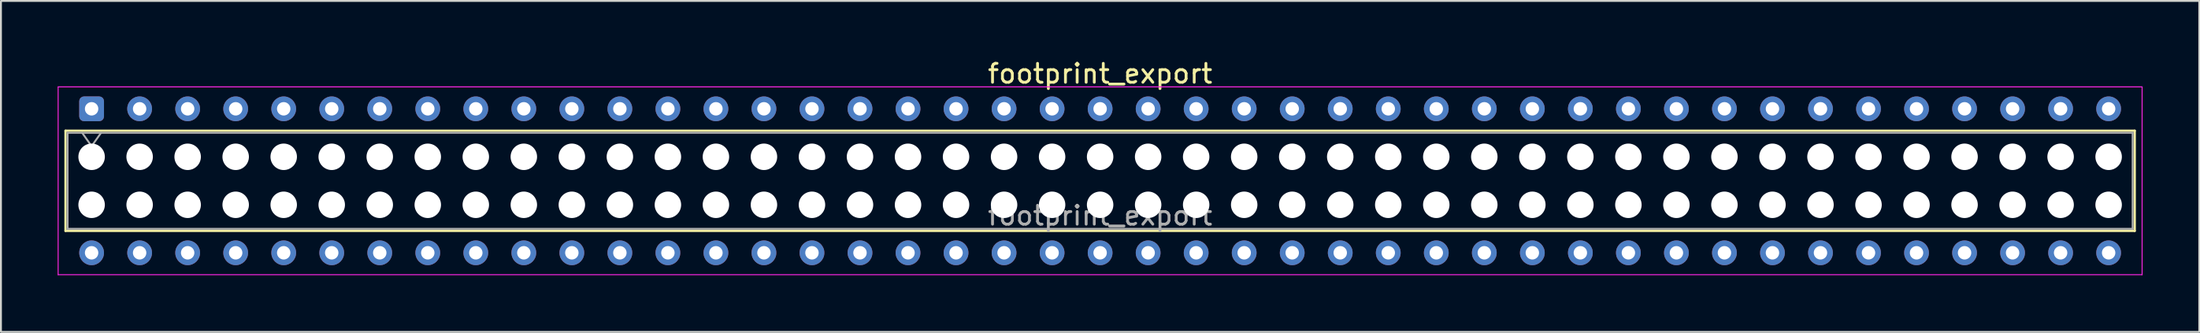
<source format=kicad_pcb>
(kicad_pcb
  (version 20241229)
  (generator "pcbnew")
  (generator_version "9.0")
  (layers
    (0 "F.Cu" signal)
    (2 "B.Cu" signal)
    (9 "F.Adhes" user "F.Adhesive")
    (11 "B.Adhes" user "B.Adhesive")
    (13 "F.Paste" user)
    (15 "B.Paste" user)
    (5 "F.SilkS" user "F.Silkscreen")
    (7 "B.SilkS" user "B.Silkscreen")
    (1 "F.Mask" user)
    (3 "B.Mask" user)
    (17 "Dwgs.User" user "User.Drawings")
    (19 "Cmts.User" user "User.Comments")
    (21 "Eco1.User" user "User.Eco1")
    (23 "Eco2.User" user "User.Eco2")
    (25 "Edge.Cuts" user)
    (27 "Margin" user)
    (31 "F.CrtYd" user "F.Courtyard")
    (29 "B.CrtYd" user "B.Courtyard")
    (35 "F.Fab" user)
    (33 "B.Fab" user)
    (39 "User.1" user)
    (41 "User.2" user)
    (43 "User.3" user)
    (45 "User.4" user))
  (footprint "footprint_export"
    (layer "F.Cu")
    (at 1.795 2.708)
    (property "Reference" "footprint_export" (at 53.34 -1.86 0) (layer "F.SilkS") (effects (font (size 1 1) (thickness 0.15))))
    (attr through_hole)
    (fp_line (start -1.38 1.16) (end 108.06 1.16) (stroke (width 0.12) (type solid)) (layer "F.SilkS"))
    (fp_line (start -1.38 6.46) (end -1.38 1.16) (stroke (width 0.12) (type solid)) (layer "F.SilkS"))
    (fp_line (start 108.06 1.16) (end 108.06 6.46) (stroke (width 0.12) (type solid)) (layer "F.SilkS"))
    (fp_line (start 108.06 6.46) (end -1.38 6.46) (stroke (width 0.12) (type solid)) (layer "F.SilkS"))
    (fp_line (start -1.77 -1.16) (end 108.45 -1.16) (stroke (width 0.05) (type solid)) (layer "F.CrtYd"))
    (fp_line (start -1.77 8.78) (end -1.77 -1.16) (stroke (width 0.05) (type solid)) (layer "F.CrtYd"))
    (fp_line (start 108.45 -1.16) (end 108.45 8.78) (stroke (width 0.05) (type solid)) (layer "F.CrtYd"))
    (fp_line (start 108.45 8.78) (end -1.77 8.78) (stroke (width 0.05) (type solid)) (layer "F.CrtYd"))
    (fp_line (start -1.27 1.27) (end 107.95 1.27) (stroke (width 0.1) (type solid)) (layer "F.Fab"))
    (fp_line (start -1.27 6.35) (end -1.27 1.27) (stroke (width 0.1) (type solid)) (layer "F.Fab"))
    (fp_line (start -0.5 1.27) (end 0 1.977) (stroke (width 0.1) (type solid)) (layer "F.Fab"))
    (fp_line (start 0 1.977) (end 0.5 1.27) (stroke (width 0.1) (type solid)) (layer "F.Fab"))
    (fp_line (start 107.95 1.27) (end 107.95 6.35) (stroke (width 0.1) (type solid)) (layer "F.Fab"))
    (fp_line (start 107.95 6.35) (end -1.27 6.35) (stroke (width 0.1) (type solid)) (layer "F.Fab"))
    (fp_text user "${REFERENCE}" (at 53.34 5.65 0) (layer "F.Fab") (effects (font (size 1 1) (thickness 0.15))))
    (pad "" np_thru_hole circle (at 0 2.54) (size 1.4 1.4) (drill 1.4) (layers "*.Cu" "*.Mask"))
    (pad "" np_thru_hole circle (at 0 5.08) (size 1.4 1.4) (drill 1.4) (layers "*.Cu" "*.Mask"))
    (pad "" np_thru_hole circle (at 2.54 2.54) (size 1.4 1.4) (drill 1.4) (layers "*.Cu" "*.Mask"))
    (pad "" np_thru_hole circle (at 2.54 5.08) (size 1.4 1.4) (drill 1.4) (layers "*.Cu" "*.Mask"))
    (pad "" np_thru_hole circle (at 5.08 2.54) (size 1.4 1.4) (drill 1.4) (layers "*.Cu" "*.Mask"))
    (pad "" np_thru_hole circle (at 5.08 5.08) (size 1.4 1.4) (drill 1.4) (layers "*.Cu" "*.Mask"))
    (pad "" np_thru_hole circle (at 7.62 2.54) (size 1.4 1.4) (drill 1.4) (layers "*.Cu" "*.Mask"))
    (pad "" np_thru_hole circle (at 7.62 5.08) (size 1.4 1.4) (drill 1.4) (layers "*.Cu" "*.Mask"))
    (pad "" np_thru_hole circle (at 10.16 2.54) (size 1.4 1.4) (drill 1.4) (layers "*.Cu" "*.Mask"))
    (pad "" np_thru_hole circle (at 10.16 5.08) (size 1.4 1.4) (drill 1.4) (layers "*.Cu" "*.Mask"))
    (pad "" np_thru_hole circle (at 12.7 2.54) (size 1.4 1.4) (drill 1.4) (layers "*.Cu" "*.Mask"))
    (pad "" np_thru_hole circle (at 12.7 5.08) (size 1.4 1.4) (drill 1.4) (layers "*.Cu" "*.Mask"))
    (pad "" np_thru_hole circle (at 15.24 2.54) (size 1.4 1.4) (drill 1.4) (layers "*.Cu" "*.Mask"))
    (pad "" np_thru_hole circle (at 15.24 5.08) (size 1.4 1.4) (drill 1.4) (layers "*.Cu" "*.Mask"))
    (pad "" np_thru_hole circle (at 17.78 2.54) (size 1.4 1.4) (drill 1.4) (layers "*.Cu" "*.Mask"))
    (pad "" np_thru_hole circle (at 17.78 5.08) (size 1.4 1.4) (drill 1.4) (layers "*.Cu" "*.Mask"))
    (pad "" np_thru_hole circle (at 20.32 2.54) (size 1.4 1.4) (drill 1.4) (layers "*.Cu" "*.Mask"))
    (pad "" np_thru_hole circle (at 20.32 5.08) (size 1.4 1.4) (drill 1.4) (layers "*.Cu" "*.Mask"))
    (pad "" np_thru_hole circle (at 22.86 2.54) (size 1.4 1.4) (drill 1.4) (layers "*.Cu" "*.Mask"))
    (pad "" np_thru_hole circle (at 22.86 5.08) (size 1.4 1.4) (drill 1.4) (layers "*.Cu" "*.Mask"))
    (pad "" np_thru_hole circle (at 25.4 2.54) (size 1.4 1.4) (drill 1.4) (layers "*.Cu" "*.Mask"))
    (pad "" np_thru_hole circle (at 25.4 5.08) (size 1.4 1.4) (drill 1.4) (layers "*.Cu" "*.Mask"))
    (pad "" np_thru_hole circle (at 27.94 2.54) (size 1.4 1.4) (drill 1.4) (layers "*.Cu" "*.Mask"))
    (pad "" np_thru_hole circle (at 27.94 5.08) (size 1.4 1.4) (drill 1.4) (layers "*.Cu" "*.Mask"))
    (pad "" np_thru_hole circle (at 30.48 2.54) (size 1.4 1.4) (drill 1.4) (layers "*.Cu" "*.Mask"))
    (pad "" np_thru_hole circle (at 30.48 5.08) (size 1.4 1.4) (drill 1.4) (layers "*.Cu" "*.Mask"))
    (pad "" np_thru_hole circle (at 33.02 2.54) (size 1.4 1.4) (drill 1.4) (layers "*.Cu" "*.Mask"))
    (pad "" np_thru_hole circle (at 33.02 5.08) (size 1.4 1.4) (drill 1.4) (layers "*.Cu" "*.Mask"))
    (pad "" np_thru_hole circle (at 35.56 2.54) (size 1.4 1.4) (drill 1.4) (layers "*.Cu" "*.Mask"))
    (pad "" np_thru_hole circle (at 35.56 5.08) (size 1.4 1.4) (drill 1.4) (layers "*.Cu" "*.Mask"))
    (pad "" np_thru_hole circle (at 38.1 2.54) (size 1.4 1.4) (drill 1.4) (layers "*.Cu" "*.Mask"))
    (pad "" np_thru_hole circle (at 38.1 5.08) (size 1.4 1.4) (drill 1.4) (layers "*.Cu" "*.Mask"))
    (pad "" np_thru_hole circle (at 40.64 2.54) (size 1.4 1.4) (drill 1.4) (layers "*.Cu" "*.Mask"))
    (pad "" np_thru_hole circle (at 40.64 5.08) (size 1.4 1.4) (drill 1.4) (layers "*.Cu" "*.Mask"))
    (pad "" np_thru_hole circle (at 43.18 2.54) (size 1.4 1.4) (drill 1.4) (layers "*.Cu" "*.Mask"))
    (pad "" np_thru_hole circle (at 43.18 5.08) (size 1.4 1.4) (drill 1.4) (layers "*.Cu" "*.Mask"))
    (pad "" np_thru_hole circle (at 45.72 2.54) (size 1.4 1.4) (drill 1.4) (layers "*.Cu" "*.Mask"))
    (pad "" np_thru_hole circle (at 45.72 5.08) (size 1.4 1.4) (drill 1.4) (layers "*.Cu" "*.Mask"))
    (pad "" np_thru_hole circle (at 48.26 2.54) (size 1.4 1.4) (drill 1.4) (layers "*.Cu" "*.Mask"))
    (pad "" np_thru_hole circle (at 48.26 5.08) (size 1.4 1.4) (drill 1.4) (layers "*.Cu" "*.Mask"))
    (pad "" np_thru_hole circle (at 50.8 2.54) (size 1.4 1.4) (drill 1.4) (layers "*.Cu" "*.Mask"))
    (pad "" np_thru_hole circle (at 50.8 5.08) (size 1.4 1.4) (drill 1.4) (layers "*.Cu" "*.Mask"))
    (pad "" np_thru_hole circle (at 53.34 2.54) (size 1.4 1.4) (drill 1.4) (layers "*.Cu" "*.Mask"))
    (pad "" np_thru_hole circle (at 53.34 5.08) (size 1.4 1.4) (drill 1.4) (layers "*.Cu" "*.Mask"))
    (pad "" np_thru_hole circle (at 55.88 2.54) (size 1.4 1.4) (drill 1.4) (layers "*.Cu" "*.Mask"))
    (pad "" np_thru_hole circle (at 55.88 5.08) (size 1.4 1.4) (drill 1.4) (layers "*.Cu" "*.Mask"))
    (pad "" np_thru_hole circle (at 58.42 2.54) (size 1.4 1.4) (drill 1.4) (layers "*.Cu" "*.Mask"))
    (pad "" np_thru_hole circle (at 58.42 5.08) (size 1.4 1.4) (drill 1.4) (layers "*.Cu" "*.Mask"))
    (pad "" np_thru_hole circle (at 60.96 2.54) (size 1.4 1.4) (drill 1.4) (layers "*.Cu" "*.Mask"))
    (pad "" np_thru_hole circle (at 60.96 5.08) (size 1.4 1.4) (drill 1.4) (layers "*.Cu" "*.Mask"))
    (pad "" np_thru_hole circle (at 63.5 2.54) (size 1.4 1.4) (drill 1.4) (layers "*.Cu" "*.Mask"))
    (pad "" np_thru_hole circle (at 63.5 5.08) (size 1.4 1.4) (drill 1.4) (layers "*.Cu" "*.Mask"))
    (pad "" np_thru_hole circle (at 66.04 2.54) (size 1.4 1.4) (drill 1.4) (layers "*.Cu" "*.Mask"))
    (pad "" np_thru_hole circle (at 66.04 5.08) (size 1.4 1.4) (drill 1.4) (layers "*.Cu" "*.Mask"))
    (pad "" np_thru_hole circle (at 68.58 2.54) (size 1.4 1.4) (drill 1.4) (layers "*.Cu" "*.Mask"))
    (pad "" np_thru_hole circle (at 68.58 5.08) (size 1.4 1.4) (drill 1.4) (layers "*.Cu" "*.Mask"))
    (pad "" np_thru_hole circle (at 71.12 2.54) (size 1.4 1.4) (drill 1.4) (layers "*.Cu" "*.Mask"))
    (pad "" np_thru_hole circle (at 71.12 5.08) (size 1.4 1.4) (drill 1.4) (layers "*.Cu" "*.Mask"))
    (pad "" np_thru_hole circle (at 73.66 2.54) (size 1.4 1.4) (drill 1.4) (layers "*.Cu" "*.Mask"))
    (pad "" np_thru_hole circle (at 73.66 5.08) (size 1.4 1.4) (drill 1.4) (layers "*.Cu" "*.Mask"))
    (pad "" np_thru_hole circle (at 76.2 2.54) (size 1.4 1.4) (drill 1.4) (layers "*.Cu" "*.Mask"))
    (pad "" np_thru_hole circle (at 76.2 5.08) (size 1.4 1.4) (drill 1.4) (layers "*.Cu" "*.Mask"))
    (pad "" np_thru_hole circle (at 78.74 2.54) (size 1.4 1.4) (drill 1.4) (layers "*.Cu" "*.Mask"))
    (pad "" np_thru_hole circle (at 78.74 5.08) (size 1.4 1.4) (drill 1.4) (layers "*.Cu" "*.Mask"))
    (pad "" np_thru_hole circle (at 81.28 2.54) (size 1.4 1.4) (drill 1.4) (layers "*.Cu" "*.Mask"))
    (pad "" np_thru_hole circle (at 81.28 5.08) (size 1.4 1.4) (drill 1.4) (layers "*.Cu" "*.Mask"))
    (pad "" np_thru_hole circle (at 83.82 2.54) (size 1.4 1.4) (drill 1.4) (layers "*.Cu" "*.Mask"))
    (pad "" np_thru_hole circle (at 83.82 5.08) (size 1.4 1.4) (drill 1.4) (layers "*.Cu" "*.Mask"))
    (pad "" np_thru_hole circle (at 86.36 2.54) (size 1.4 1.4) (drill 1.4) (layers "*.Cu" "*.Mask"))
    (pad "" np_thru_hole circle (at 86.36 5.08) (size 1.4 1.4) (drill 1.4) (layers "*.Cu" "*.Mask"))
    (pad "" np_thru_hole circle (at 88.9 2.54) (size 1.4 1.4) (drill 1.4) (layers "*.Cu" "*.Mask"))
    (pad "" np_thru_hole circle (at 88.9 5.08) (size 1.4 1.4) (drill 1.4) (layers "*.Cu" "*.Mask"))
    (pad "" np_thru_hole circle (at 91.44 2.54) (size 1.4 1.4) (drill 1.4) (layers "*.Cu" "*.Mask"))
    (pad "" np_thru_hole circle (at 91.44 5.08) (size 1.4 1.4) (drill 1.4) (layers "*.Cu" "*.Mask"))
    (pad "" np_thru_hole circle (at 93.98 2.54) (size 1.4 1.4) (drill 1.4) (layers "*.Cu" "*.Mask"))
    (pad "" np_thru_hole circle (at 93.98 5.08) (size 1.4 1.4) (drill 1.4) (layers "*.Cu" "*.Mask"))
    (pad "" np_thru_hole circle (at 96.52 2.54) (size 1.4 1.4) (drill 1.4) (layers "*.Cu" "*.Mask"))
    (pad "" np_thru_hole circle (at 96.52 5.08) (size 1.4 1.4) (drill 1.4) (layers "*.Cu" "*.Mask"))
    (pad "" np_thru_hole circle (at 99.06 2.54) (size 1.4 1.4) (drill 1.4) (layers "*.Cu" "*.Mask"))
    (pad "" np_thru_hole circle (at 99.06 5.08) (size 1.4 1.4) (drill 1.4) (layers "*.Cu" "*.Mask"))
    (pad "" np_thru_hole circle (at 101.6 2.54) (size 1.4 1.4) (drill 1.4) (layers "*.Cu" "*.Mask"))
    (pad "" np_thru_hole circle (at 101.6 5.08) (size 1.4 1.4) (drill 1.4) (layers "*.Cu" "*.Mask"))
    (pad "" np_thru_hole circle (at 104.14 2.54) (size 1.4 1.4) (drill 1.4) (layers "*.Cu" "*.Mask"))
    (pad "" np_thru_hole circle (at 104.14 5.08) (size 1.4 1.4) (drill 1.4) (layers "*.Cu" "*.Mask"))
    (pad "" np_thru_hole circle (at 106.68 2.54) (size 1.4 1.4) (drill 1.4) (layers "*.Cu" "*.Mask"))
    (pad "" np_thru_hole circle (at 106.68 5.08) (size 1.4 1.4) (drill 1.4) (layers "*.Cu" "*.Mask"))
    (pad "1" thru_hole roundrect (at 0 0) (size 1.31 1.31) (drill 0.71) (layers "*.Cu" "*.Mask") (roundrect_rratio 0.191))
    (pad "2" thru_hole circle (at 0 7.62) (size 1.31 1.31) (drill 0.71) (layers "*.Cu" "*.Mask"))
    (pad "3" thru_hole circle (at 2.54 0) (size 1.31 1.31) (drill 0.71) (layers "*.Cu" "*.Mask"))
    (pad "4" thru_hole circle (at 2.54 7.62) (size 1.31 1.31) (drill 0.71) (layers "*.Cu" "*.Mask"))
    (pad "5" thru_hole circle (at 5.08 0) (size 1.31 1.31) (drill 0.71) (layers "*.Cu" "*.Mask"))
    (pad "6" thru_hole circle (at 5.08 7.62) (size 1.31 1.31) (drill 0.71) (layers "*.Cu" "*.Mask"))
    (pad "7" thru_hole circle (at 7.62 0) (size 1.31 1.31) (drill 0.71) (layers "*.Cu" "*.Mask"))
    (pad "8" thru_hole circle (at 7.62 7.62) (size 1.31 1.31) (drill 0.71) (layers "*.Cu" "*.Mask"))
    (pad "9" thru_hole circle (at 10.16 0) (size 1.31 1.31) (drill 0.71) (layers "*.Cu" "*.Mask"))
    (pad "10" thru_hole circle (at 10.16 7.62) (size 1.31 1.31) (drill 0.71) (layers "*.Cu" "*.Mask"))
    (pad "11" thru_hole circle (at 12.7 0) (size 1.31 1.31) (drill 0.71) (layers "*.Cu" "*.Mask"))
    (pad "12" thru_hole circle (at 12.7 7.62) (size 1.31 1.31) (drill 0.71) (layers "*.Cu" "*.Mask"))
    (pad "13" thru_hole circle (at 15.24 0) (size 1.31 1.31) (drill 0.71) (layers "*.Cu" "*.Mask"))
    (pad "14" thru_hole circle (at 15.24 7.62) (size 1.31 1.31) (drill 0.71) (layers "*.Cu" "*.Mask"))
    (pad "15" thru_hole circle (at 17.78 0) (size 1.31 1.31) (drill 0.71) (layers "*.Cu" "*.Mask"))
    (pad "16" thru_hole circle (at 17.78 7.62) (size 1.31 1.31) (drill 0.71) (layers "*.Cu" "*.Mask"))
    (pad "17" thru_hole circle (at 20.32 0) (size 1.31 1.31) (drill 0.71) (layers "*.Cu" "*.Mask"))
    (pad "18" thru_hole circle (at 20.32 7.62) (size 1.31 1.31) (drill 0.71) (layers "*.Cu" "*.Mask"))
    (pad "19" thru_hole circle (at 22.86 0) (size 1.31 1.31) (drill 0.71) (layers "*.Cu" "*.Mask"))
    (pad "20" thru_hole circle (at 22.86 7.62) (size 1.31 1.31) (drill 0.71) (layers "*.Cu" "*.Mask"))
    (pad "21" thru_hole circle (at 25.4 0) (size 1.31 1.31) (drill 0.71) (layers "*.Cu" "*.Mask"))
    (pad "22" thru_hole circle (at 25.4 7.62) (size 1.31 1.31) (drill 0.71) (layers "*.Cu" "*.Mask"))
    (pad "23" thru_hole circle (at 27.94 0) (size 1.31 1.31) (drill 0.71) (layers "*.Cu" "*.Mask"))
    (pad "24" thru_hole circle (at 27.94 7.62) (size 1.31 1.31) (drill 0.71) (layers "*.Cu" "*.Mask"))
    (pad "25" thru_hole circle (at 30.48 0) (size 1.31 1.31) (drill 0.71) (layers "*.Cu" "*.Mask"))
    (pad "26" thru_hole circle (at 30.48 7.62) (size 1.31 1.31) (drill 0.71) (layers "*.Cu" "*.Mask"))
    (pad "27" thru_hole circle (at 33.02 0) (size 1.31 1.31) (drill 0.71) (layers "*.Cu" "*.Mask"))
    (pad "28" thru_hole circle (at 33.02 7.62) (size 1.31 1.31) (drill 0.71) (layers "*.Cu" "*.Mask"))
    (pad "29" thru_hole circle (at 35.56 0) (size 1.31 1.31) (drill 0.71) (layers "*.Cu" "*.Mask"))
    (pad "30" thru_hole circle (at 35.56 7.62) (size 1.31 1.31) (drill 0.71) (layers "*.Cu" "*.Mask"))
    (pad "31" thru_hole circle (at 38.1 0) (size 1.31 1.31) (drill 0.71) (layers "*.Cu" "*.Mask"))
    (pad "32" thru_hole circle (at 38.1 7.62) (size 1.31 1.31) (drill 0.71) (layers "*.Cu" "*.Mask"))
    (pad "33" thru_hole circle (at 40.64 0) (size 1.31 1.31) (drill 0.71) (layers "*.Cu" "*.Mask"))
    (pad "34" thru_hole circle (at 40.64 7.62) (size 1.31 1.31) (drill 0.71) (layers "*.Cu" "*.Mask"))
    (pad "35" thru_hole circle (at 43.18 0) (size 1.31 1.31) (drill 0.71) (layers "*.Cu" "*.Mask"))
    (pad "36" thru_hole circle (at 43.18 7.62) (size 1.31 1.31) (drill 0.71) (layers "*.Cu" "*.Mask"))
    (pad "37" thru_hole circle (at 45.72 0) (size 1.31 1.31) (drill 0.71) (layers "*.Cu" "*.Mask"))
    (pad "38" thru_hole circle (at 45.72 7.62) (size 1.31 1.31) (drill 0.71) (layers "*.Cu" "*.Mask"))
    (pad "39" thru_hole circle (at 48.26 0) (size 1.31 1.31) (drill 0.71) (layers "*.Cu" "*.Mask"))
    (pad "40" thru_hole circle (at 48.26 7.62) (size 1.31 1.31) (drill 0.71) (layers "*.Cu" "*.Mask"))
    (pad "41" thru_hole circle (at 50.8 0) (size 1.31 1.31) (drill 0.71) (layers "*.Cu" "*.Mask"))
    (pad "42" thru_hole circle (at 50.8 7.62) (size 1.31 1.31) (drill 0.71) (layers "*.Cu" "*.Mask"))
    (pad "43" thru_hole circle (at 53.34 0) (size 1.31 1.31) (drill 0.71) (layers "*.Cu" "*.Mask"))
    (pad "44" thru_hole circle (at 53.34 7.62) (size 1.31 1.31) (drill 0.71) (layers "*.Cu" "*.Mask"))
    (pad "45" thru_hole circle (at 55.88 0) (size 1.31 1.31) (drill 0.71) (layers "*.Cu" "*.Mask"))
    (pad "46" thru_hole circle (at 55.88 7.62) (size 1.31 1.31) (drill 0.71) (layers "*.Cu" "*.Mask"))
    (pad "47" thru_hole circle (at 58.42 0) (size 1.31 1.31) (drill 0.71) (layers "*.Cu" "*.Mask"))
    (pad "48" thru_hole circle (at 58.42 7.62) (size 1.31 1.31) (drill 0.71) (layers "*.Cu" "*.Mask"))
    (pad "49" thru_hole circle (at 60.96 0) (size 1.31 1.31) (drill 0.71) (layers "*.Cu" "*.Mask"))
    (pad "50" thru_hole circle (at 60.96 7.62) (size 1.31 1.31) (drill 0.71) (layers "*.Cu" "*.Mask"))
    (pad "51" thru_hole circle (at 63.5 0) (size 1.31 1.31) (drill 0.71) (layers "*.Cu" "*.Mask"))
    (pad "52" thru_hole circle (at 63.5 7.62) (size 1.31 1.31) (drill 0.71) (layers "*.Cu" "*.Mask"))
    (pad "53" thru_hole circle (at 66.04 0) (size 1.31 1.31) (drill 0.71) (layers "*.Cu" "*.Mask"))
    (pad "54" thru_hole circle (at 66.04 7.62) (size 1.31 1.31) (drill 0.71) (layers "*.Cu" "*.Mask"))
    (pad "55" thru_hole circle (at 68.58 0) (size 1.31 1.31) (drill 0.71) (layers "*.Cu" "*.Mask"))
    (pad "56" thru_hole circle (at 68.58 7.62) (size 1.31 1.31) (drill 0.71) (layers "*.Cu" "*.Mask"))
    (pad "57" thru_hole circle (at 71.12 0) (size 1.31 1.31) (drill 0.71) (layers "*.Cu" "*.Mask"))
    (pad "58" thru_hole circle (at 71.12 7.62) (size 1.31 1.31) (drill 0.71) (layers "*.Cu" "*.Mask"))
    (pad "59" thru_hole circle (at 73.66 0) (size 1.31 1.31) (drill 0.71) (layers "*.Cu" "*.Mask"))
    (pad "60" thru_hole circle (at 73.66 7.62) (size 1.31 1.31) (drill 0.71) (layers "*.Cu" "*.Mask"))
    (pad "61" thru_hole circle (at 76.2 0) (size 1.31 1.31) (drill 0.71) (layers "*.Cu" "*.Mask"))
    (pad "62" thru_hole circle (at 76.2 7.62) (size 1.31 1.31) (drill 0.71) (layers "*.Cu" "*.Mask"))
    (pad "63" thru_hole circle (at 78.74 0) (size 1.31 1.31) (drill 0.71) (layers "*.Cu" "*.Mask"))
    (pad "64" thru_hole circle (at 78.74 7.62) (size 1.31 1.31) (drill 0.71) (layers "*.Cu" "*.Mask"))
    (pad "65" thru_hole circle (at 81.28 0) (size 1.31 1.31) (drill 0.71) (layers "*.Cu" "*.Mask"))
    (pad "66" thru_hole circle (at 81.28 7.62) (size 1.31 1.31) (drill 0.71) (layers "*.Cu" "*.Mask"))
    (pad "67" thru_hole circle (at 83.82 0) (size 1.31 1.31) (drill 0.71) (layers "*.Cu" "*.Mask"))
    (pad "68" thru_hole circle (at 83.82 7.62) (size 1.31 1.31) (drill 0.71) (layers "*.Cu" "*.Mask"))
    (pad "69" thru_hole circle (at 86.36 0) (size 1.31 1.31) (drill 0.71) (layers "*.Cu" "*.Mask"))
    (pad "70" thru_hole circle (at 86.36 7.62) (size 1.31 1.31) (drill 0.71) (layers "*.Cu" "*.Mask"))
    (pad "71" thru_hole circle (at 88.9 0) (size 1.31 1.31) (drill 0.71) (layers "*.Cu" "*.Mask"))
    (pad "72" thru_hole circle (at 88.9 7.62) (size 1.31 1.31) (drill 0.71) (layers "*.Cu" "*.Mask"))
    (pad "73" thru_hole circle (at 91.44 0) (size 1.31 1.31) (drill 0.71) (layers "*.Cu" "*.Mask"))
    (pad "74" thru_hole circle (at 91.44 7.62) (size 1.31 1.31) (drill 0.71) (layers "*.Cu" "*.Mask"))
    (pad "75" thru_hole circle (at 93.98 0) (size 1.31 1.31) (drill 0.71) (layers "*.Cu" "*.Mask"))
    (pad "76" thru_hole circle (at 93.98 7.62) (size 1.31 1.31) (drill 0.71) (layers "*.Cu" "*.Mask"))
    (pad "77" thru_hole circle (at 96.52 0) (size 1.31 1.31) (drill 0.71) (layers "*.Cu" "*.Mask"))
    (pad "78" thru_hole circle (at 96.52 7.62) (size 1.31 1.31) (drill 0.71) (layers "*.Cu" "*.Mask"))
    (pad "79" thru_hole circle (at 99.06 0) (size 1.31 1.31) (drill 0.71) (layers "*.Cu" "*.Mask"))
    (pad "80" thru_hole circle (at 99.06 7.62) (size 1.31 1.31) (drill 0.71) (layers "*.Cu" "*.Mask"))
    (pad "81" thru_hole circle (at 101.6 0) (size 1.31 1.31) (drill 0.71) (layers "*.Cu" "*.Mask"))
    (pad "82" thru_hole circle (at 101.6 7.62) (size 1.31 1.31) (drill 0.71) (layers "*.Cu" "*.Mask"))
    (pad "83" thru_hole circle (at 104.14 0) (size 1.31 1.31) (drill 0.71) (layers "*.Cu" "*.Mask"))
    (pad "84" thru_hole circle (at 104.14 7.62) (size 1.31 1.31) (drill 0.71) (layers "*.Cu" "*.Mask"))
    (pad "85" thru_hole circle (at 106.68 0) (size 1.31 1.31) (drill 0.71) (layers "*.Cu" "*.Mask"))
    (pad "86" thru_hole circle (at 106.68 7.62) (size 1.31 1.31) (drill 0.71) (layers "*.Cu" "*.Mask")))
  (gr_rect
    (start -3 -3)
    (end 113.27 14.513)
    (stroke (width 0.1) (type default))
    (fill no)
    (layer "Edge.Cuts")))
</source>
